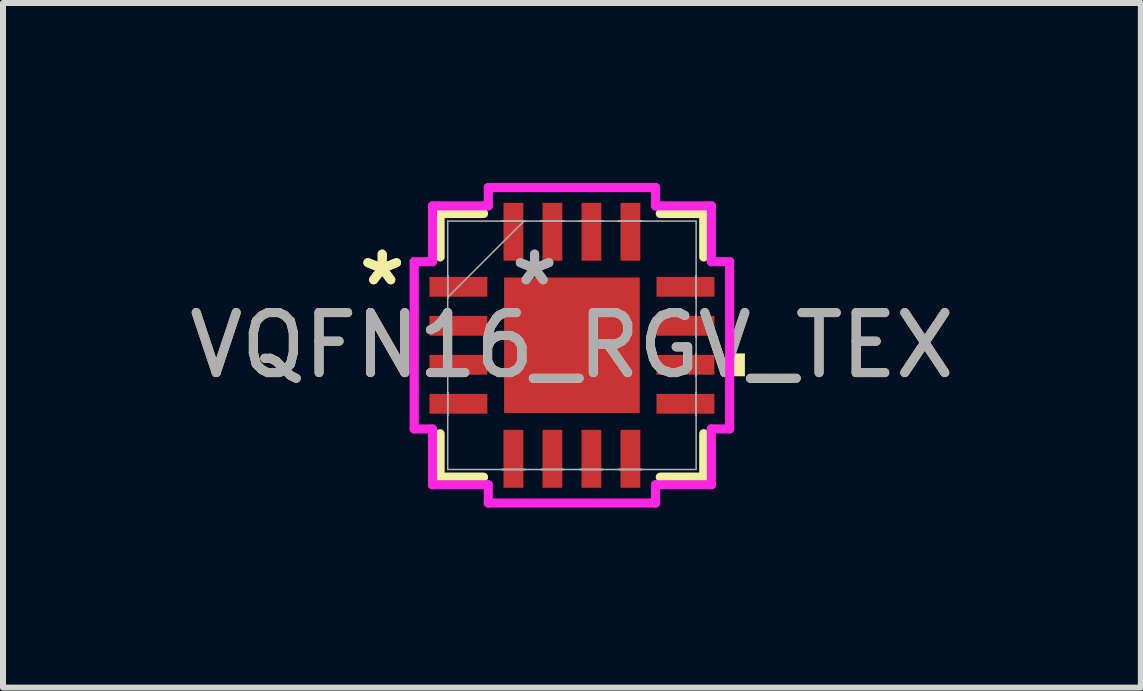
<source format=kicad_pcb>
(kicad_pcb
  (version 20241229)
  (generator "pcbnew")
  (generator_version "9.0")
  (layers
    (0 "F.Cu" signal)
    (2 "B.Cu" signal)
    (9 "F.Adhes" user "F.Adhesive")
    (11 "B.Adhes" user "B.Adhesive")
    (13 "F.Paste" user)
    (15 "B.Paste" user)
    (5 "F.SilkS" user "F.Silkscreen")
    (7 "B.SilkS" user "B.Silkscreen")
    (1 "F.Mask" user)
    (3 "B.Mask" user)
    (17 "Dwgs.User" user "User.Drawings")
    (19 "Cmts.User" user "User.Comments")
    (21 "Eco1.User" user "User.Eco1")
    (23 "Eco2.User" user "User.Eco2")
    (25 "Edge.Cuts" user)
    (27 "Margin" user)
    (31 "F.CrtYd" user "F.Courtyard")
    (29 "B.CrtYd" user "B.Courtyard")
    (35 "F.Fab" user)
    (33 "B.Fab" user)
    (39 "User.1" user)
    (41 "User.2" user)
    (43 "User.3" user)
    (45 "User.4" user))
  (footprint "VQFN16_RGV_TEX"
    (layer "F.Cu")
    (at 6.482 2.705)
    (property "Reference" "VQFN16_RGV_TEX" (at 0 0 0) (unlocked yes) (layer "F.SilkS") (effects (font (size 1 1) (thickness 0.15))))
    (attr smd)
    (fp_line (start -2.197 -2.197) (end -2.197 -1.473) (stroke (width 0.152) (type solid)) (layer "F.SilkS"))
    (fp_line (start -2.197 1.473) (end -2.197 2.197) (stroke (width 0.152) (type solid)) (layer "F.SilkS"))
    (fp_line (start -2.197 2.197) (end -1.473 2.197) (stroke (width 0.152) (type solid)) (layer "F.SilkS"))
    (fp_line (start -1.473 -2.197) (end -2.197 -2.197) (stroke (width 0.152) (type solid)) (layer "F.SilkS"))
    (fp_line (start 1.473 2.197) (end 2.197 2.197) (stroke (width 0.152) (type solid)) (layer "F.SilkS"))
    (fp_line (start 2.197 -2.197) (end 1.473 -2.197) (stroke (width 0.152) (type solid)) (layer "F.SilkS"))
    (fp_line (start 2.197 -1.473) (end 2.197 -2.197) (stroke (width 0.152) (type solid)) (layer "F.SilkS"))
    (fp_line (start 2.197 2.197) (end 2.197 1.473) (stroke (width 0.152) (type solid)) (layer "F.SilkS"))
    (fp_poly (pts (xy 2.883 0.135) (xy 2.883 0.516) (xy 2.629 0.516) (xy 2.629 0.135)) (stroke (width 0) (type solid)) (fill yes) (layer "F.SilkS"))
    (fp_line (start -2.629 -1.394) (end -2.324 -1.394) (stroke (width 0.152) (type solid)) (layer "F.CrtYd"))
    (fp_line (start -2.629 1.394) (end -2.629 -1.394) (stroke (width 0.152) (type solid)) (layer "F.CrtYd"))
    (fp_line (start -2.324 -2.324) (end -1.394 -2.324) (stroke (width 0.152) (type solid)) (layer "F.CrtYd"))
    (fp_line (start -2.324 -1.394) (end -2.324 -2.324) (stroke (width 0.152) (type solid)) (layer "F.CrtYd"))
    (fp_line (start -2.324 1.394) (end -2.629 1.394) (stroke (width 0.152) (type solid)) (layer "F.CrtYd"))
    (fp_line (start -2.324 2.324) (end -2.324 1.394) (stroke (width 0.152) (type solid)) (layer "F.CrtYd"))
    (fp_line (start -1.394 -2.629) (end 1.394 -2.629) (stroke (width 0.152) (type solid)) (layer "F.CrtYd"))
    (fp_line (start -1.394 -2.324) (end -1.394 -2.629) (stroke (width 0.152) (type solid)) (layer "F.CrtYd"))
    (fp_line (start -1.394 2.324) (end -2.324 2.324) (stroke (width 0.152) (type solid)) (layer "F.CrtYd"))
    (fp_line (start -1.394 2.629) (end -1.394 2.324) (stroke (width 0.152) (type solid)) (layer "F.CrtYd"))
    (fp_line (start 1.394 -2.629) (end 1.394 -2.324) (stroke (width 0.152) (type solid)) (layer "F.CrtYd"))
    (fp_line (start 1.394 -2.324) (end 2.324 -2.324) (stroke (width 0.152) (type solid)) (layer "F.CrtYd"))
    (fp_line (start 1.394 2.324) (end 1.394 2.629) (stroke (width 0.152) (type solid)) (layer "F.CrtYd"))
    (fp_line (start 1.394 2.629) (end -1.394 2.629) (stroke (width 0.152) (type solid)) (layer "F.CrtYd"))
    (fp_line (start 2.324 -2.324) (end 2.324 -1.394) (stroke (width 0.152) (type solid)) (layer "F.CrtYd"))
    (fp_line (start 2.324 -1.394) (end 2.629 -1.394) (stroke (width 0.152) (type solid)) (layer "F.CrtYd"))
    (fp_line (start 2.324 1.394) (end 2.324 2.324) (stroke (width 0.152) (type solid)) (layer "F.CrtYd"))
    (fp_line (start 2.324 2.324) (end 1.394 2.324) (stroke (width 0.152) (type solid)) (layer "F.CrtYd"))
    (fp_line (start 2.629 -1.394) (end 2.629 1.394) (stroke (width 0.152) (type solid)) (layer "F.CrtYd"))
    (fp_line (start 2.629 1.394) (end 2.324 1.394) (stroke (width 0.152) (type solid)) (layer "F.CrtYd"))
    (fp_line (start -2.07 -2.07) (end -2.07 2.07) (stroke (width 0.025) (type solid)) (layer "F.Fab"))
    (fp_line (start -2.07 -1.165) (end -2.07 -1.165) (stroke (width 0.025) (type solid)) (layer "F.Fab"))
    (fp_line (start -2.07 -1.165) (end -2.07 -0.784) (stroke (width 0.025) (type solid)) (layer "F.Fab"))
    (fp_line (start -2.07 -0.8) (end -0.8 -2.07) (stroke (width 0.025) (type solid)) (layer "F.Fab"))
    (fp_line (start -2.07 -0.784) (end -2.07 -1.165) (stroke (width 0.025) (type solid)) (layer "F.Fab"))
    (fp_line (start -2.07 -0.784) (end -2.07 -0.784) (stroke (width 0.025) (type solid)) (layer "F.Fab"))
    (fp_line (start -2.07 -0.515) (end -2.07 -0.515) (stroke (width 0.025) (type solid)) (layer "F.Fab"))
    (fp_line (start -2.07 -0.515) (end -2.07 -0.135) (stroke (width 0.025) (type solid)) (layer "F.Fab"))
    (fp_line (start -2.07 -0.135) (end -2.07 -0.515) (stroke (width 0.025) (type solid)) (layer "F.Fab"))
    (fp_line (start -2.07 -0.135) (end -2.07 -0.135) (stroke (width 0.025) (type solid)) (layer "F.Fab"))
    (fp_line (start -2.07 0.135) (end -2.07 0.135) (stroke (width 0.025) (type solid)) (layer "F.Fab"))
    (fp_line (start -2.07 0.135) (end -2.07 0.515) (stroke (width 0.025) (type solid)) (layer "F.Fab"))
    (fp_line (start -2.07 0.515) (end -2.07 0.135) (stroke (width 0.025) (type solid)) (layer "F.Fab"))
    (fp_line (start -2.07 0.515) (end -2.07 0.515) (stroke (width 0.025) (type solid)) (layer "F.Fab"))
    (fp_line (start -2.07 0.784) (end -2.07 0.784) (stroke (width 0.025) (type solid)) (layer "F.Fab"))
    (fp_line (start -2.07 0.784) (end -2.07 1.165) (stroke (width 0.025) (type solid)) (layer "F.Fab"))
    (fp_line (start -2.07 1.165) (end -2.07 0.784) (stroke (width 0.025) (type solid)) (layer "F.Fab"))
    (fp_line (start -2.07 1.165) (end -2.07 1.165) (stroke (width 0.025) (type solid)) (layer "F.Fab"))
    (fp_line (start -2.07 2.07) (end 2.07 2.07) (stroke (width 0.025) (type solid)) (layer "F.Fab"))
    (fp_line (start -1.165 -2.07) (end -1.165 -2.07) (stroke (width 0.025) (type solid)) (layer "F.Fab"))
    (fp_line (start -1.165 -2.07) (end -0.784 -2.07) (stroke (width 0.025) (type solid)) (layer "F.Fab"))
    (fp_line (start -1.165 2.07) (end -1.165 2.07) (stroke (width 0.025) (type solid)) (layer "F.Fab"))
    (fp_line (start -1.165 2.07) (end -0.784 2.07) (stroke (width 0.025) (type solid)) (layer "F.Fab"))
    (fp_line (start -0.784 -2.07) (end -1.165 -2.07) (stroke (width 0.025) (type solid)) (layer "F.Fab"))
    (fp_line (start -0.784 -2.07) (end -0.784 -2.07) (stroke (width 0.025) (type solid)) (layer "F.Fab"))
    (fp_line (start -0.784 2.07) (end -1.165 2.07) (stroke (width 0.025) (type solid)) (layer "F.Fab"))
    (fp_line (start -0.784 2.07) (end -0.784 2.07) (stroke (width 0.025) (type solid)) (layer "F.Fab"))
    (fp_line (start -0.515 -2.07) (end -0.515 -2.07) (stroke (width 0.025) (type solid)) (layer "F.Fab"))
    (fp_line (start -0.515 -2.07) (end -0.135 -2.07) (stroke (width 0.025) (type solid)) (layer "F.Fab"))
    (fp_line (start -0.515 2.07) (end -0.515 2.07) (stroke (width 0.025) (type solid)) (layer "F.Fab"))
    (fp_line (start -0.515 2.07) (end -0.135 2.07) (stroke (width 0.025) (type solid)) (layer "F.Fab"))
    (fp_line (start -0.135 -2.07) (end -0.515 -2.07) (stroke (width 0.025) (type solid)) (layer "F.Fab"))
    (fp_line (start -0.135 -2.07) (end -0.135 -2.07) (stroke (width 0.025) (type solid)) (layer "F.Fab"))
    (fp_line (start -0.135 2.07) (end -0.515 2.07) (stroke (width 0.025) (type solid)) (layer "F.Fab"))
    (fp_line (start -0.135 2.07) (end -0.135 2.07) (stroke (width 0.025) (type solid)) (layer "F.Fab"))
    (fp_line (start 0.135 -2.07) (end 0.135 -2.07) (stroke (width 0.025) (type solid)) (layer "F.Fab"))
    (fp_line (start 0.135 -2.07) (end 0.515 -2.07) (stroke (width 0.025) (type solid)) (layer "F.Fab"))
    (fp_line (start 0.135 2.07) (end 0.135 2.07) (stroke (width 0.025) (type solid)) (layer "F.Fab"))
    (fp_line (start 0.135 2.07) (end 0.515 2.07) (stroke (width 0.025) (type solid)) (layer "F.Fab"))
    (fp_line (start 0.515 -2.07) (end 0.135 -2.07) (stroke (width 0.025) (type solid)) (layer "F.Fab"))
    (fp_line (start 0.515 -2.07) (end 0.515 -2.07) (stroke (width 0.025) (type solid)) (layer "F.Fab"))
    (fp_line (start 0.515 2.07) (end 0.135 2.07) (stroke (width 0.025) (type solid)) (layer "F.Fab"))
    (fp_line (start 0.515 2.07) (end 0.515 2.07) (stroke (width 0.025) (type solid)) (layer "F.Fab"))
    (fp_line (start 0.784 -2.07) (end 0.784 -2.07) (stroke (width 0.025) (type solid)) (layer "F.Fab"))
    (fp_line (start 0.784 -2.07) (end 1.165 -2.07) (stroke (width 0.025) (type solid)) (layer "F.Fab"))
    (fp_line (start 0.784 2.07) (end 0.784 2.07) (stroke (width 0.025) (type solid)) (layer "F.Fab"))
    (fp_line (start 0.784 2.07) (end 1.165 2.07) (stroke (width 0.025) (type solid)) (layer "F.Fab"))
    (fp_line (start 1.165 -2.07) (end 0.784 -2.07) (stroke (width 0.025) (type solid)) (layer "F.Fab"))
    (fp_line (start 1.165 -2.07) (end 1.165 -2.07) (stroke (width 0.025) (type solid)) (layer "F.Fab"))
    (fp_line (start 1.165 2.07) (end 0.784 2.07) (stroke (width 0.025) (type solid)) (layer "F.Fab"))
    (fp_line (start 1.165 2.07) (end 1.165 2.07) (stroke (width 0.025) (type solid)) (layer "F.Fab"))
    (fp_line (start 2.07 -2.07) (end -2.07 -2.07) (stroke (width 0.025) (type solid)) (layer "F.Fab"))
    (fp_line (start 2.07 -1.165) (end 2.07 -1.165) (stroke (width 0.025) (type solid)) (layer "F.Fab"))
    (fp_line (start 2.07 -1.165) (end 2.07 -0.784) (stroke (width 0.025) (type solid)) (layer "F.Fab"))
    (fp_line (start 2.07 -0.784) (end 2.07 -1.165) (stroke (width 0.025) (type solid)) (layer "F.Fab"))
    (fp_line (start 2.07 -0.784) (end 2.07 -0.784) (stroke (width 0.025) (type solid)) (layer "F.Fab"))
    (fp_line (start 2.07 -0.515) (end 2.07 -0.515) (stroke (width 0.025) (type solid)) (layer "F.Fab"))
    (fp_line (start 2.07 -0.515) (end 2.07 -0.135) (stroke (width 0.025) (type solid)) (layer "F.Fab"))
    (fp_line (start 2.07 -0.135) (end 2.07 -0.515) (stroke (width 0.025) (type solid)) (layer "F.Fab"))
    (fp_line (start 2.07 -0.135) (end 2.07 -0.135) (stroke (width 0.025) (type solid)) (layer "F.Fab"))
    (fp_line (start 2.07 0.135) (end 2.07 0.135) (stroke (width 0.025) (type solid)) (layer "F.Fab"))
    (fp_line (start 2.07 0.135) (end 2.07 0.515) (stroke (width 0.025) (type solid)) (layer "F.Fab"))
    (fp_line (start 2.07 0.515) (end 2.07 0.135) (stroke (width 0.025) (type solid)) (layer "F.Fab"))
    (fp_line (start 2.07 0.515) (end 2.07 0.515) (stroke (width 0.025) (type solid)) (layer "F.Fab"))
    (fp_line (start 2.07 0.784) (end 2.07 0.784) (stroke (width 0.025) (type solid)) (layer "F.Fab"))
    (fp_line (start 2.07 0.784) (end 2.07 1.165) (stroke (width 0.025) (type solid)) (layer "F.Fab"))
    (fp_line (start 2.07 1.165) (end 2.07 0.784) (stroke (width 0.025) (type solid)) (layer "F.Fab"))
    (fp_line (start 2.07 1.165) (end 2.07 1.165) (stroke (width 0.025) (type solid)) (layer "F.Fab"))
    (fp_line (start 2.07 2.07) (end 2.07 -2.07) (stroke (width 0.025) (type solid)) (layer "F.Fab"))
    (fp_text user "*" (at -3.162 -0.975 0) (unlocked yes) (layer "F.SilkS") (effects (font (size 1 1) (thickness 0.15))))
    (fp_text user "*" (at -3.162 -0.975 0) (layer "F.SilkS") (effects (font (size 1 1) (thickness 0.15))))
    (fp_text user "${REFERENCE}" (at 0 0 0) (unlocked yes) (layer "F.Fab") (effects (font (size 1 1) (thickness 0.15))))
    (fp_text user "*" (at -0.622 -0.975 0) (layer "F.Fab") (effects (font (size 1 1) (thickness 0.15))))
    (fp_text user "*" (at -0.622 -0.975 0) (unlocked yes) (layer "F.Fab") (effects (font (size 1 1) (thickness 0.15))))
    (pad "1" smd rect (at -1.892 -0.975 90) (size 0.33 0.965) (layers "F.Cu" "F.Mask" "F.Paste"))
    (pad "2" smd rect (at -1.892 -0.325 90) (size 0.33 0.965) (layers "F.Cu" "F.Mask" "F.Paste"))
    (pad "3" smd rect (at -1.892 0.325 90) (size 0.33 0.965) (layers "F.Cu" "F.Mask" "F.Paste"))
    (pad "4" smd rect (at -1.892 0.975 90) (size 0.33 0.965) (layers "F.Cu" "F.Mask" "F.Paste"))
    (pad "5" smd rect (at -0.975 1.892) (size 0.33 0.965) (layers "F.Cu" "F.Mask" "F.Paste"))
    (pad "6" smd rect (at -0.325 1.892) (size 0.33 0.965) (layers "F.Cu" "F.Mask" "F.Paste"))
    (pad "7" smd rect (at 0.325 1.892) (size 0.33 0.965) (layers "F.Cu" "F.Mask" "F.Paste"))
    (pad "8" smd rect (at 0.975 1.892) (size 0.33 0.965) (layers "F.Cu" "F.Mask" "F.Paste"))
    (pad "9" smd rect (at 1.892 0.975 90) (size 0.33 0.965) (layers "F.Cu" "F.Mask" "F.Paste"))
    (pad "10" smd rect (at 1.892 0.325 90) (size 0.33 0.965) (layers "F.Cu" "F.Mask" "F.Paste"))
    (pad "11" smd rect (at 1.892 -0.325 90) (size 0.33 0.965) (layers "F.Cu" "F.Mask" "F.Paste"))
    (pad "12" smd rect (at 1.892 -0.975 90) (size 0.33 0.965) (layers "F.Cu" "F.Mask" "F.Paste"))
    (pad "13" smd rect (at 0.975 -1.892) (size 0.33 0.965) (layers "F.Cu" "F.Mask" "F.Paste"))
    (pad "14" smd rect (at 0.325 -1.892) (size 0.33 0.965) (layers "F.Cu" "F.Mask" "F.Paste"))
    (pad "15" smd rect (at -0.325 -1.892) (size 0.33 0.965) (layers "F.Cu" "F.Mask" "F.Paste"))
    (pad "16" smd rect (at -0.975 -1.892) (size 0.33 0.965) (layers "F.Cu" "F.Mask" "F.Paste"))
    (pad "17" smd rect (at 0 0) (size 2.261 2.261) (layers "F.Cu" "F.Mask" "F.Paste")))
  (gr_rect
    (start -3 -3)
    (end 15.964 8.41)
    (stroke (width 0.1) (type default))
    (fill no)
    (layer "Edge.Cuts")))
</source>
